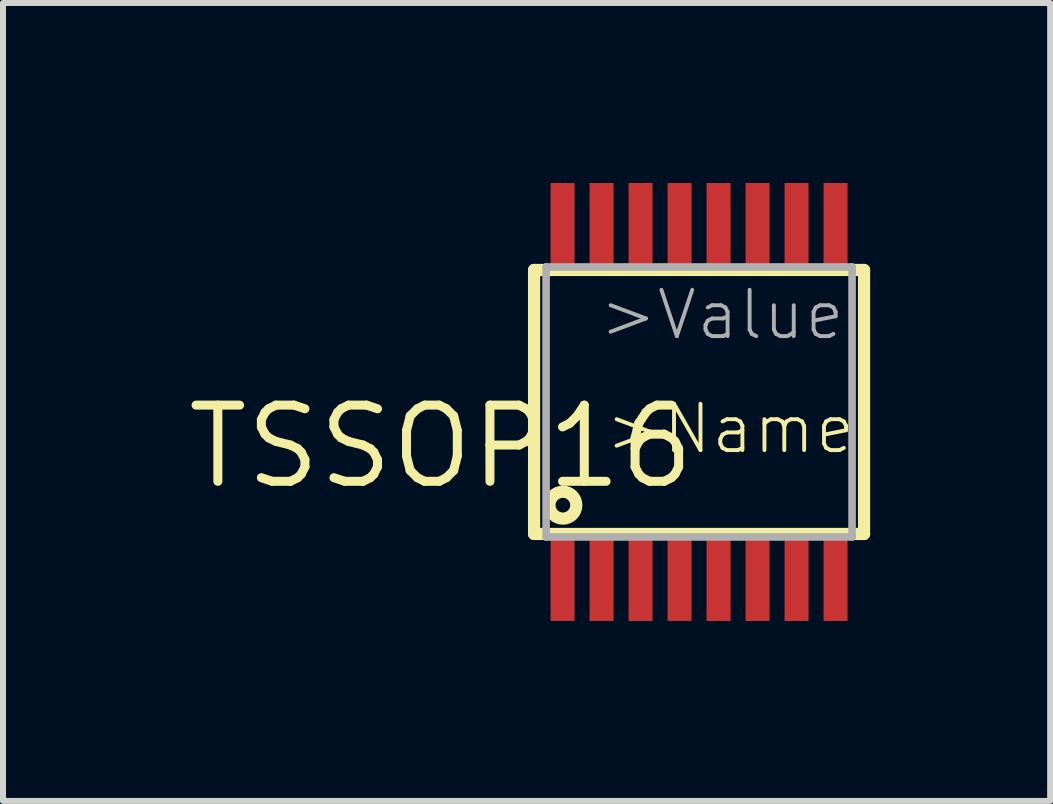
<source format=kicad_pcb>
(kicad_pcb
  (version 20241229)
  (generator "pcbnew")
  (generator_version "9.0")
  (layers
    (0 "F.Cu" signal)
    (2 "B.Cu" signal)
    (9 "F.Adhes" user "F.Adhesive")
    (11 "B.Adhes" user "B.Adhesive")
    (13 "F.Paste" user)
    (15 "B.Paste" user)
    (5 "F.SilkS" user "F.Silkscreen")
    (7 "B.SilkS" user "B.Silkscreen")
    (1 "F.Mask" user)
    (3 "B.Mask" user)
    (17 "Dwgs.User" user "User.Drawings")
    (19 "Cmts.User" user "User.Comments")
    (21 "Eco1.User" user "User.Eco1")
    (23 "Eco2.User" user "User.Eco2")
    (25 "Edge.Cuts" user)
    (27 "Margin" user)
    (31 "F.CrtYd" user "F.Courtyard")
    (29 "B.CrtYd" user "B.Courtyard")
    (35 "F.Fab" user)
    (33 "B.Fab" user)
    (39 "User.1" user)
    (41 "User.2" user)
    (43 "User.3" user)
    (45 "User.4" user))
  (footprint "TSSOP16"
    (layer "F.Cu")
    (at 8.602 3.65)
    (property "Reference" "TSSOP16" (at 0 0 0) (layer "F.SilkS") (effects (font (size 1.27 1.27) (thickness 0.15)) (justify right top)))
    (attr through_hole)
    (fp_line (start -2.75 -2.2) (end -2.75 2.2) (stroke (width 0.203) (type solid)) (layer "F.SilkS"))
    (fp_line (start -2.75 2.2) (end 2.75 2.2) (stroke (width 0.203) (type solid)) (layer "F.SilkS"))
    (fp_line (start 2.75 -2.2) (end -2.75 -2.2) (stroke (width 0.203) (type solid)) (layer "F.SilkS"))
    (fp_line (start 2.75 2.2) (end 2.75 -2.2) (stroke (width 0.203) (type solid)) (layer "F.SilkS"))
    (fp_circle (center -2.27 1.72) (end -2.046 1.72) (stroke (width 0.203) (type solid)) (fill no) (layer "F.SilkS"))
    (fp_line (start -2.55 -2.25) (end 2.55 -2.25) (stroke (width 0.127) (type solid)) (layer "F.Fab"))
    (fp_line (start -2.55 2.25) (end -2.55 -2.25) (stroke (width 0.127) (type solid)) (layer "F.Fab"))
    (fp_line (start 2.55 -2.25) (end 2.55 2.25) (stroke (width 0.127) (type solid)) (layer "F.Fab"))
    (fp_line (start 2.55 2.25) (end -2.55 2.25) (stroke (width 0.127) (type solid)) (layer "F.Fab"))
    (fp_text user ">Name" (at -1.6 0.9 0) (layer "F.SilkS") (effects (font (size 0.772 0.772) (thickness 0.065)) (justify left bottom)))
    (fp_text user ">Value" (at -1.7 -1 0) (layer "F.Fab") (effects (font (size 0.772 0.772) (thickness 0.065)) (justify left bottom)))
    (pad "1" smd rect (at -2.275 2.9 90) (size 1.5 0.4) (layers "F.Cu" "F.Mask" "F.Paste"))
    (pad "2" smd rect (at -1.625 2.9 90) (size 1.5 0.4) (layers "F.Cu" "F.Mask" "F.Paste"))
    (pad "3" smd rect (at -0.975 2.9 90) (size 1.5 0.4) (layers "F.Cu" "F.Mask" "F.Paste"))
    (pad "4" smd rect (at -0.325 2.9 90) (size 1.5 0.4) (layers "F.Cu" "F.Mask" "F.Paste"))
    (pad "5" smd rect (at 0.325 2.9 90) (size 1.5 0.4) (layers "F.Cu" "F.Mask" "F.Paste"))
    (pad "6" smd rect (at 0.975 2.9 90) (size 1.5 0.4) (layers "F.Cu" "F.Mask" "F.Paste"))
    (pad "7" smd rect (at 1.625 2.9 90) (size 1.5 0.4) (layers "F.Cu" "F.Mask" "F.Paste"))
    (pad "8" smd rect (at 2.275 2.9 90) (size 1.5 0.4) (layers "F.Cu" "F.Mask" "F.Paste"))
    (pad "9" smd rect (at 2.275 -2.9 90) (size 1.5 0.4) (layers "F.Cu" "F.Mask" "F.Paste"))
    (pad "10" smd rect (at 1.625 -2.9 90) (size 1.5 0.4) (layers "F.Cu" "F.Mask" "F.Paste"))
    (pad "11" smd rect (at 0.975 -2.9 90) (size 1.5 0.4) (layers "F.Cu" "F.Mask" "F.Paste"))
    (pad "12" smd rect (at 0.325 -2.9 90) (size 1.5 0.4) (layers "F.Cu" "F.Mask" "F.Paste"))
    (pad "13" smd rect (at -0.325 -2.9 90) (size 1.5 0.4) (layers "F.Cu" "F.Mask" "F.Paste"))
    (pad "14" smd rect (at -0.975 -2.9 90) (size 1.5 0.4) (layers "F.Cu" "F.Mask" "F.Paste"))
    (pad "15" smd rect (at -1.625 -2.9 90) (size 1.5 0.4) (layers "F.Cu" "F.Mask" "F.Paste"))
    (pad "16" smd rect (at -2.275 -2.9 90) (size 1.5 0.4) (layers "F.Cu" "F.Mask" "F.Paste")))
  (gr_rect
    (start -3 -3)
    (end 14.454 10.3)
    (stroke (width 0.1) (type default))
    (fill no)
    (layer "Edge.Cuts")))
</source>
